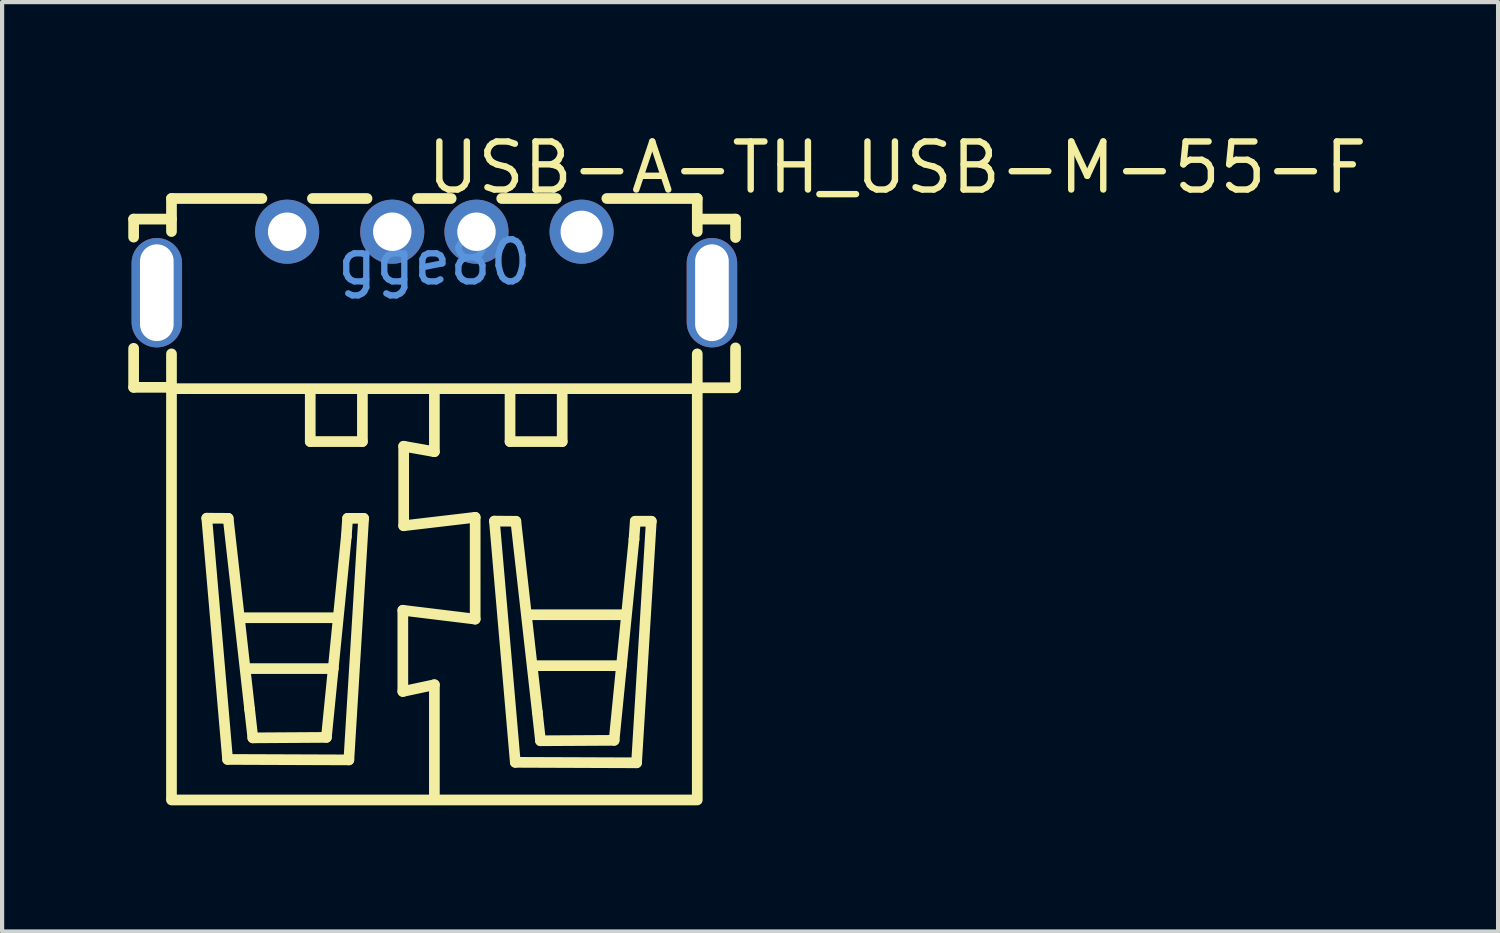
<source format=kicad_pcb>
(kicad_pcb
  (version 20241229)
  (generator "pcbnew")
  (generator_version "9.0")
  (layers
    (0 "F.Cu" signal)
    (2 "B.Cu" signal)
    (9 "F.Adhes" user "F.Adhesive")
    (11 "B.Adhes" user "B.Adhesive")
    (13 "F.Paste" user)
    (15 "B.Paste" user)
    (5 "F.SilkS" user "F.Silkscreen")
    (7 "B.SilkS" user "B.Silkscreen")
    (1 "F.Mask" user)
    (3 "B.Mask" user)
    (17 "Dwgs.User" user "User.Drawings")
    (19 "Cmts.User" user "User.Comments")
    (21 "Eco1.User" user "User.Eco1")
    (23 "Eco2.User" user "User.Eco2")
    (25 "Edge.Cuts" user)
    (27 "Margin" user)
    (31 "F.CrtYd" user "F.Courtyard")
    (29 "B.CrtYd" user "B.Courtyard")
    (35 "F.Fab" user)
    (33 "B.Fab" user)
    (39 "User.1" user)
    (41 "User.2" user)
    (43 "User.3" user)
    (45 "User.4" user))
  (footprint "USB-A-TH_USB-M-55-F"
    (layer "F.Cu")
    (at 7.277 3.184)
    (property "Reference" "USB-A-TH_USB-M-55-F" (at -0.254 -2.249 0) (layer "F.SilkS") (effects (font (size 1.143 1.143) (thickness 0.152)) (justify left)))
    (attr through_hole)
    (fp_line (start -7.15 -1.025) (end -7.15 -0.596) (stroke (width 0.254) (type solid)) (layer "F.SilkS"))
    (fp_line (start -7.15 -1.025) (end -6.25 -1.025) (stroke (width 0.254) (type solid)) (layer "F.SilkS"))
    (fp_line (start -7.15 2.047) (end -7.15 2.975) (stroke (width 0.254) (type solid)) (layer "F.SilkS"))
    (fp_line (start -6.25 -1.515) (end -6.25 -0.729) (stroke (width 0.254) (type solid)) (layer "F.SilkS"))
    (fp_line (start -6.25 -1.515) (end -4.1 -1.515) (stroke (width 0.254) (type solid)) (layer "F.SilkS"))
    (fp_line (start -6.25 2.179) (end -6.25 12.75) (stroke (width 0.254) (type solid)) (layer "F.SilkS"))
    (fp_line (start -6.25 2.975) (end -7.15 2.975) (stroke (width 0.254) (type solid)) (layer "F.SilkS"))
    (fp_line (start -6.25 12.785) (end 6.25 12.785) (stroke (width 0.254) (type solid)) (layer "F.SilkS"))
    (fp_line (start -6.22 3.006) (end 6.28 3.006) (stroke (width 0.254) (type solid)) (layer "F.SilkS"))
    (fp_line (start -5.411 6.086) (end -4.902 6.089) (stroke (width 0.254) (type solid)) (layer "F.SilkS"))
    (fp_line (start -4.916 11.821) (end -5.411 6.086) (stroke (width 0.254) (type solid)) (layer "F.SilkS"))
    (fp_line (start -4.902 6.089) (end -4.392 10.63) (stroke (width 0.254) (type solid)) (layer "F.SilkS"))
    (fp_line (start -4.573 8.452) (end -2.313 8.452) (stroke (width 0.254) (type solid)) (layer "F.SilkS"))
    (fp_line (start -4.433 9.662) (end -2.403 9.662) (stroke (width 0.254) (type solid)) (layer "F.SilkS"))
    (fp_line (start -4.392 10.63) (end -4.316 11.308) (stroke (width 0.254) (type solid)) (layer "F.SilkS"))
    (fp_line (start -4.316 11.308) (end -2.567 11.297) (stroke (width 0.254) (type solid)) (layer "F.SilkS"))
    (fp_line (start -2.951 3.054) (end -2.951 4.264) (stroke (width 0.254) (type solid)) (layer "F.SilkS"))
    (fp_line (start -2.951 4.264) (end -1.711 4.264) (stroke (width 0.254) (type solid)) (layer "F.SilkS"))
    (fp_line (start -2.9 -1.515) (end -1.601 -1.515) (stroke (width 0.254) (type solid)) (layer "F.SilkS"))
    (fp_line (start -2.567 11.297) (end -2.093 6.519) (stroke (width 0.254) (type solid)) (layer "F.SilkS"))
    (fp_line (start -2.093 6.519) (end -2.063 6.089) (stroke (width 0.254) (type solid)) (layer "F.SilkS"))
    (fp_line (start -2.063 6.089) (end -1.682 6.089) (stroke (width 0.254) (type solid)) (layer "F.SilkS"))
    (fp_line (start -2.033 11.832) (end -4.916 11.821) (stroke (width 0.254) (type solid)) (layer "F.SilkS"))
    (fp_line (start -1.711 4.264) (end -1.711 3.044) (stroke (width 0.254) (type solid)) (layer "F.SilkS"))
    (fp_line (start -1.682 6.089) (end -2.033 11.832) (stroke (width 0.254) (type solid)) (layer "F.SilkS"))
    (fp_line (start -0.75 8.275) (end -0.75 10.205) (stroke (width 0.254) (type solid)) (layer "F.SilkS"))
    (fp_line (start -0.75 10.205) (end 0 10.045) (stroke (width 0.254) (type solid)) (layer "F.SilkS"))
    (fp_line (start -0.73 4.375) (end -0.73 6.265) (stroke (width 0.254) (type solid)) (layer "F.SilkS"))
    (fp_line (start -0.73 6.265) (end 0.97 6.065) (stroke (width 0.254) (type solid)) (layer "F.SilkS"))
    (fp_line (start -0.4 -1.515) (end 0.4 -1.515) (stroke (width 0.254) (type solid)) (layer "F.SilkS"))
    (fp_line (start 0 3.055) (end 0 4.505) (stroke (width 0.254) (type solid)) (layer "F.SilkS"))
    (fp_line (start 0 4.505) (end -0.73 4.375) (stroke (width 0.254) (type solid)) (layer "F.SilkS"))
    (fp_line (start 0 10.045) (end 0 12.745) (stroke (width 0.254) (type solid)) (layer "F.SilkS"))
    (fp_line (start 0 12.745) (end 0.03 12.775) (stroke (width 0.254) (type solid)) (layer "F.SilkS"))
    (fp_line (start 0.97 6.065) (end 0.97 8.485) (stroke (width 0.254) (type solid)) (layer "F.SilkS"))
    (fp_line (start 0.97 8.485) (end -0.75 8.275) (stroke (width 0.254) (type solid)) (layer "F.SilkS"))
    (fp_line (start 1.428 6.155) (end 1.937 6.159) (stroke (width 0.254) (type solid)) (layer "F.SilkS"))
    (fp_line (start 1.601 -1.515) (end 2.9 -1.515) (stroke (width 0.254) (type solid)) (layer "F.SilkS"))
    (fp_line (start 1.799 3.055) (end 1.799 4.265) (stroke (width 0.254) (type solid)) (layer "F.SilkS"))
    (fp_line (start 1.799 4.265) (end 3.039 4.265) (stroke (width 0.254) (type solid)) (layer "F.SilkS"))
    (fp_line (start 1.924 11.89) (end 1.428 6.155) (stroke (width 0.254) (type solid)) (layer "F.SilkS"))
    (fp_line (start 1.937 6.159) (end 2.448 10.699) (stroke (width 0.254) (type solid)) (layer "F.SilkS"))
    (fp_line (start 2.277 8.381) (end 4.537 8.381) (stroke (width 0.254) (type solid)) (layer "F.SilkS"))
    (fp_line (start 2.417 9.592) (end 4.447 9.592) (stroke (width 0.254) (type solid)) (layer "F.SilkS"))
    (fp_line (start 2.448 10.699) (end 2.523 11.377) (stroke (width 0.254) (type solid)) (layer "F.SilkS"))
    (fp_line (start 2.523 11.377) (end 4.273 11.367) (stroke (width 0.254) (type solid)) (layer "F.SilkS"))
    (fp_line (start 3.039 4.265) (end 3.039 3.045) (stroke (width 0.254) (type solid)) (layer "F.SilkS"))
    (fp_line (start 4.1 -1.515) (end 6.25 -1.515) (stroke (width 0.254) (type solid)) (layer "F.SilkS"))
    (fp_line (start 4.273 11.367) (end 4.746 6.589) (stroke (width 0.254) (type solid)) (layer "F.SilkS"))
    (fp_line (start 4.746 6.589) (end 4.776 6.158) (stroke (width 0.254) (type solid)) (layer "F.SilkS"))
    (fp_line (start 4.776 6.158) (end 5.157 6.158) (stroke (width 0.254) (type solid)) (layer "F.SilkS"))
    (fp_line (start 4.807 11.901) (end 1.924 11.89) (stroke (width 0.254) (type solid)) (layer "F.SilkS"))
    (fp_line (start 5.157 6.158) (end 4.807 11.901) (stroke (width 0.254) (type solid)) (layer "F.SilkS"))
    (fp_line (start 6.25 -1.515) (end 6.25 -0.729) (stroke (width 0.254) (type solid)) (layer "F.SilkS"))
    (fp_line (start 6.25 2.179) (end 6.25 12.72) (stroke (width 0.254) (type solid)) (layer "F.SilkS"))
    (fp_line (start 6.25 2.985) (end 7.15 2.985) (stroke (width 0.254) (type solid)) (layer "F.SilkS"))
    (fp_line (start 6.26 -1.025) (end 7.16 -1.025) (stroke (width 0.254) (type solid)) (layer "F.SilkS"))
    (fp_line (start 7.16 -1.025) (end 7.16 -0.587) (stroke (width 0.254) (type solid)) (layer "F.SilkS"))
    (fp_line (start 7.16 2.037) (end 7.16 2.985) (stroke (width 0.254) (type solid)) (layer "F.SilkS"))
    (fp_text user "gge80" (at 0 0 0) (layer "Cmts.User") (effects (font (size 1 1) (thickness 0.15))))
    (pad "1" thru_hole circle (at -3.5 -0.725) (size 1.524 1.524) (drill 0.914) (layers "*.Cu" "*.Mask"))
    (pad "2" thru_hole circle (at -1.001 -0.725) (size 1.524 1.524) (drill 0.914) (layers "*.Cu" "*.Mask"))
    (pad "3" thru_hole circle (at 1.001 -0.725) (size 1.524 1.524) (drill 0.914) (layers "*.Cu" "*.Mask"))
    (pad "4" thru_hole circle (at 3.5 -0.725) (size 1.524 1.524) (drill 1) (layers "*.Cu" "*.Mask"))
    (pad "5" thru_hole oval (at 6.599 0.725 90) (size 2.6 1.2) (drill oval 2.3 0.8) (layers "*.Cu" "*.Mask"))
    (pad "6" thru_hole oval (at -6.599 0.725 270) (size 2.6 1.2) (drill oval 2.3 0.8) (layers "*.Cu" "*.Mask")))
  (gr_rect
    (start -3 -3)
    (end 32.566 19.096)
    (stroke (width 0.1) (type default))
    (fill no)
    (layer "Edge.Cuts")))
</source>
